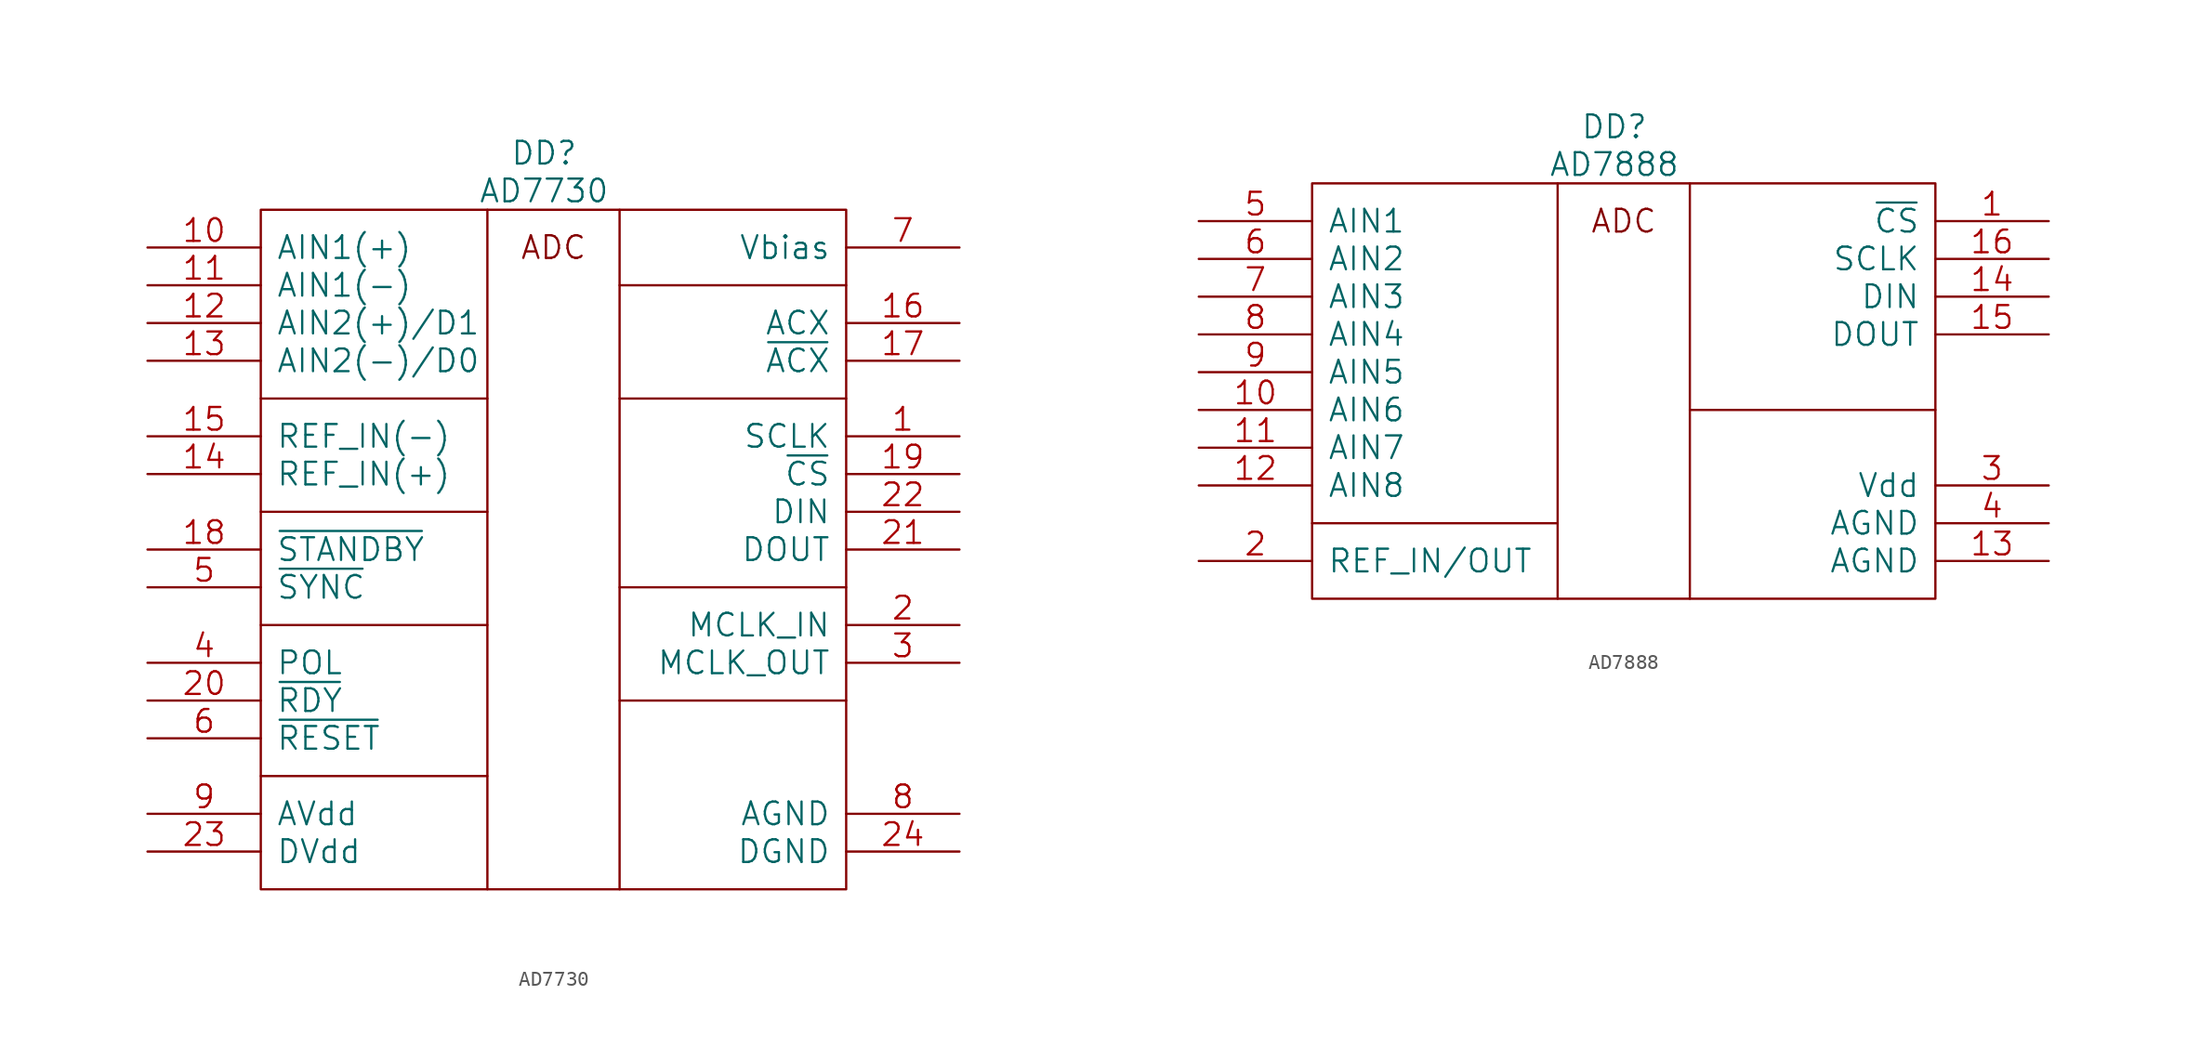
<source format=kicad_sym>
(kicad_symbol_lib
  (version 20211014)
  (generator kicad_symbol_editor)
  (symbol "AD7730"
    (pin_names
      (offset 1.016))
    (property "Reference" "DD"
      (at 12.7 3.81 0)
      (effects (font (size 1.524 1.524))))
    (property "Value" "AD7730"
      (at 12.7 1.27 0)
      (effects (font (size 1.524 1.524))))
    (property "Footprint" ""
      (at 0 0 0)
      (effects (font (size 1.524 1.524))))
    (property "Datasheet" ""
      (at 0 0 0)
      (effects (font (size 1.524 1.524))))
    (symbol "AD7730_0_0"
      (rectangle (start -6.35 0) (end 33.02 -45.72) (stroke (width 0) (type default) (color 0 0 0 0)) (fill (type none)))
      (polyline (pts (xy -6.35 -38.1) (xy 8.89 -38.1)) (stroke (width 0) (type default) (color 0 0 0 0)) (fill (type none)))
      (polyline (pts (xy -6.35 -27.94) (xy 8.89 -27.94)) (stroke (width 0) (type default) (color 0 0 0 0)) (fill (type none)))
      (polyline (pts (xy -6.35 -20.32) (xy 8.89 -20.32)) (stroke (width 0) (type default) (color 0 0 0 0)) (fill (type none)))
      (polyline (pts (xy -6.35 -12.7) (xy 8.89 -12.7)) (stroke (width 0) (type default) (color 0 0 0 0)) (fill (type none)))
      (polyline (pts (xy 8.89 0) (xy 8.89 -45.72)) (stroke (width 0) (type default) (color 0 0 0 0)) (fill (type none)))
      (polyline (pts (xy 17.78 -12.7) (xy 33.02 -12.7)) (stroke (width 0) (type default) (color 0 0 0 0)) (fill (type none)))
      (polyline (pts (xy 17.78 0) (xy 17.78 -45.72)) (stroke (width 0) (type default) (color 0 0 0 0)) (fill (type none)))
      (polyline (pts (xy 33.02 -33.02) (xy 17.78 -33.02)) (stroke (width 0) (type default) (color 0 0 0 0)) (fill (type none)))
      (polyline (pts (xy 33.02 -25.4) (xy 17.78 -25.4)) (stroke (width 0) (type default) (color 0 0 0 0)) (fill (type none)))
      (polyline (pts (xy 33.02 -5.08) (xy 17.78 -5.08)) (stroke (width 0) (type default) (color 0 0 0 0)) (fill (type none)))
      (text "ADC" (at 13.335 -2.54 0) (effects (font (size 1.524 1.524))))
      (pin input line (at 40.64 -15.24 180) (length 7.62) (name "SCLK" (effects (font (size 1.524 1.524)))) (number "1" (effects (font (size 1.524 1.524)))))
      (pin input line (at -13.97 -2.54 0) (length 7.62) (name "AIN1(+)" (effects (font (size 1.524 1.524)))) (number "10" (effects (font (size 1.524 1.524)))))
      (pin input line (at -13.97 -5.08 0) (length 7.62) (name "AIN1(-)" (effects (font (size 1.524 1.524)))) (number "11" (effects (font (size 1.524 1.524)))))
      (pin input line (at -13.97 -7.62 0) (length 7.62) (name "AIN2(+)/D1" (effects (font (size 1.524 1.524)))) (number "12" (effects (font (size 1.524 1.524)))))
      (pin input line (at -13.97 -10.16 0) (length 7.62) (name "AIN2(-)/D0" (effects (font (size 1.524 1.524)))) (number "13" (effects (font (size 1.524 1.524)))))
      (pin power_out line (at -13.97 -17.78 0) (length 7.62) (name "REF_IN(+)" (effects (font (size 1.524 1.524)))) (number "14" (effects (font (size 1.524 1.524)))))
      (pin input line (at -13.97 -15.24 0) (length 7.62) (name "REF_IN(-)" (effects (font (size 1.524 1.524)))) (number "15" (effects (font (size 1.524 1.524)))))
      (pin input line (at 40.64 -7.62 180) (length 7.62) (name "ACX" (effects (font (size 1.524 1.524)))) (number "16" (effects (font (size 1.524 1.524)))))
      (pin input line (at 40.64 -10.16 180) (length 7.62) (name "~{ACX}" (effects (font (size 1.524 1.524)))) (number "17" (effects (font (size 1.524 1.524)))))
      (pin power_out line (at -13.97 -22.86 0) (length 7.62) (name "~{STANDBY}" (effects (font (size 1.524 1.524)))) (number "18" (effects (font (size 1.524 1.524)))))
      (pin input line (at 40.64 -17.78 180) (length 7.62) (name "~{CS}" (effects (font (size 1.524 1.524)))) (number "19" (effects (font (size 1.524 1.524)))))
      (pin input line (at 40.64 -27.94 180) (length 7.62) (name "MCLK_IN" (effects (font (size 1.524 1.524)))) (number "2" (effects (font (size 1.524 1.524)))))
      (pin input line (at -13.97 -33.02 0) (length 7.62) (name "~{RDY}" (effects (font (size 1.524 1.524)))) (number "20" (effects (font (size 1.524 1.524)))))
      (pin input line (at 40.64 -22.86 180) (length 7.62) (name "DOUT" (effects (font (size 1.524 1.524)))) (number "21" (effects (font (size 1.524 1.524)))))
      (pin power_out line (at 40.64 -20.32 180) (length 7.62) (name "DIN" (effects (font (size 1.524 1.524)))) (number "22" (effects (font (size 1.524 1.524)))))
      (pin input line (at -13.97 -43.18 0) (length 7.62) (name "DVdd" (effects (font (size 1.524 1.524)))) (number "23" (effects (font (size 1.524 1.524)))))
      (pin input line (at 40.64 -43.18 180) (length 7.62) (name "DGND" (effects (font (size 1.524 1.524)))) (number "24" (effects (font (size 1.524 1.524)))))
      (pin input line (at 40.64 -30.48 180) (length 7.62) (name "MCLK_OUT" (effects (font (size 1.524 1.524)))) (number "3" (effects (font (size 1.524 1.524)))))
      (pin input line (at -13.97 -30.48 0) (length 7.62) (name "POL" (effects (font (size 1.524 1.524)))) (number "4" (effects (font (size 1.524 1.524)))))
      (pin input line (at -13.97 -25.4 0) (length 7.62) (name "~{SYNC}" (effects (font (size 1.524 1.524)))) (number "5" (effects (font (size 1.524 1.524)))))
      (pin input line (at -13.97 -35.56 0) (length 7.62) (name "~{RESET}" (effects (font (size 1.524 1.524)))) (number "6" (effects (font (size 1.524 1.524)))))
      (pin input line (at 40.64 -2.54 180) (length 7.62) (name "Vbias" (effects (font (size 1.524 1.524)))) (number "7" (effects (font (size 1.524 1.524)))))
      (pin input line (at 40.64 -40.64 180) (length 7.62) (name "AGND" (effects (font (size 1.524 1.524)))) (number "8" (effects (font (size 1.524 1.524)))))
      (pin input line (at -13.97 -40.64 0) (length 7.62) (name "AVdd" (effects (font (size 1.524 1.524)))) (number "9" (effects (font (size 1.524 1.524)))))))
  (symbol "AD7888"
    (pin_names
      (offset 1.016))
    (property "Reference" "DD"
      (at 20.32 3.81 0)
      (effects (font (size 1.524 1.524))))
    (property "Value" "AD7888"
      (at 20.32 1.27 0)
      (effects (font (size 1.524 1.524))))
    (property "Footprint" ""
      (at 7.62 0 0)
      (effects (font (size 1.524 1.524))))
    (property "Datasheet" ""
      (at 7.62 0 0)
      (effects (font (size 1.524 1.524))))
    (symbol "AD7888_0_0"
      (text "ADC" (at 20.955 -2.54 0) (effects (font (size 1.524 1.524))))
      (pin input line (at 49.53 -2.54 180) (length 7.62) (name "~{CS}" (effects (font (size 1.524 1.524)))) (number "1" (effects (font (size 1.524 1.524)))))
      (pin input line (at -7.62 -15.24 0) (length 7.62) (name "AIN6" (effects (font (size 1.524 1.524)))) (number "10" (effects (font (size 1.524 1.524)))))
      (pin input line (at -7.62 -17.78 0) (length 7.62) (name "AIN7" (effects (font (size 1.524 1.524)))) (number "11" (effects (font (size 1.524 1.524)))))
      (pin input line (at -7.62 -20.32 0) (length 7.62) (name "AIN8" (effects (font (size 1.524 1.524)))) (number "12" (effects (font (size 1.524 1.524)))))
      (pin power_out line (at 49.53 -25.4 180) (length 7.62) (name "AGND" (effects (font (size 1.524 1.524)))) (number "13" (effects (font (size 1.524 1.524)))))
      (pin input line (at 49.53 -7.62 180) (length 7.62) (name "DIN" (effects (font (size 1.524 1.524)))) (number "14" (effects (font (size 1.524 1.524)))))
      (pin output line (at 49.53 -10.16 180) (length 7.62) (name "DOUT" (effects (font (size 1.524 1.524)))) (number "15" (effects (font (size 1.524 1.524)))))
      (pin input line (at 49.53 -5.08 180) (length 7.62) (name "SCLK" (effects (font (size 1.524 1.524)))) (number "16" (effects (font (size 1.524 1.524)))))
      (pin bidirectional line (at -7.62 -25.4 0) (length 7.62) (name "REF_IN/OUT" (effects (font (size 1.524 1.524)))) (number "2" (effects (font (size 1.524 1.524)))))
      (pin power_in line (at 49.53 -20.32 180) (length 7.62) (name "Vdd" (effects (font (size 1.524 1.524)))) (number "3" (effects (font (size 1.524 1.524)))))
      (pin power_out line (at 49.53 -22.86 180) (length 7.62) (name "AGND" (effects (font (size 1.524 1.524)))) (number "4" (effects (font (size 1.524 1.524)))))
      (pin input line (at -7.62 -2.54 0) (length 7.62) (name "AIN1" (effects (font (size 1.524 1.524)))) (number "5" (effects (font (size 1.524 1.524)))))
      (pin input line (at -7.62 -5.08 0) (length 7.62) (name "AIN2" (effects (font (size 1.524 1.524)))) (number "6" (effects (font (size 1.524 1.524)))))
      (pin input line (at -7.62 -7.62 0) (length 7.62) (name "AIN3" (effects (font (size 1.524 1.524)))) (number "7" (effects (font (size 1.524 1.524)))))
      (pin input line (at -7.62 -10.16 0) (length 7.62) (name "AIN4" (effects (font (size 1.524 1.524)))) (number "8" (effects (font (size 1.524 1.524)))))
      (pin input line (at -7.62 -12.7 0) (length 7.62) (name "AIN5" (effects (font (size 1.524 1.524)))) (number "9" (effects (font (size 1.524 1.524))))))
    (symbol "AD7888_0_1"
      (polyline (pts (xy 16.51 -27.94) (xy 16.51 0)) (stroke (width 0) (type default) (color 0 0 0 0)) (fill (type none)))
      (polyline (pts (xy 16.51 -22.86) (xy 0 -22.86)) (stroke (width 0) (type default) (color 0 0 0 0)) (fill (type none)))
      (polyline (pts (xy 25.4 -27.94) (xy 25.4 0)) (stroke (width 0) (type default) (color 0 0 0 0)) (fill (type none)))
      (polyline (pts (xy 41.91 -15.24) (xy 25.4 -15.24)) (stroke (width 0) (type default) (color 0 0 0 0)) (fill (type none)))
      (rectangle (start 0 0) (end 41.91 -27.94) (stroke (width 0) (type default) (color 0 0 0 0)) (fill (type none))))))
</source>
